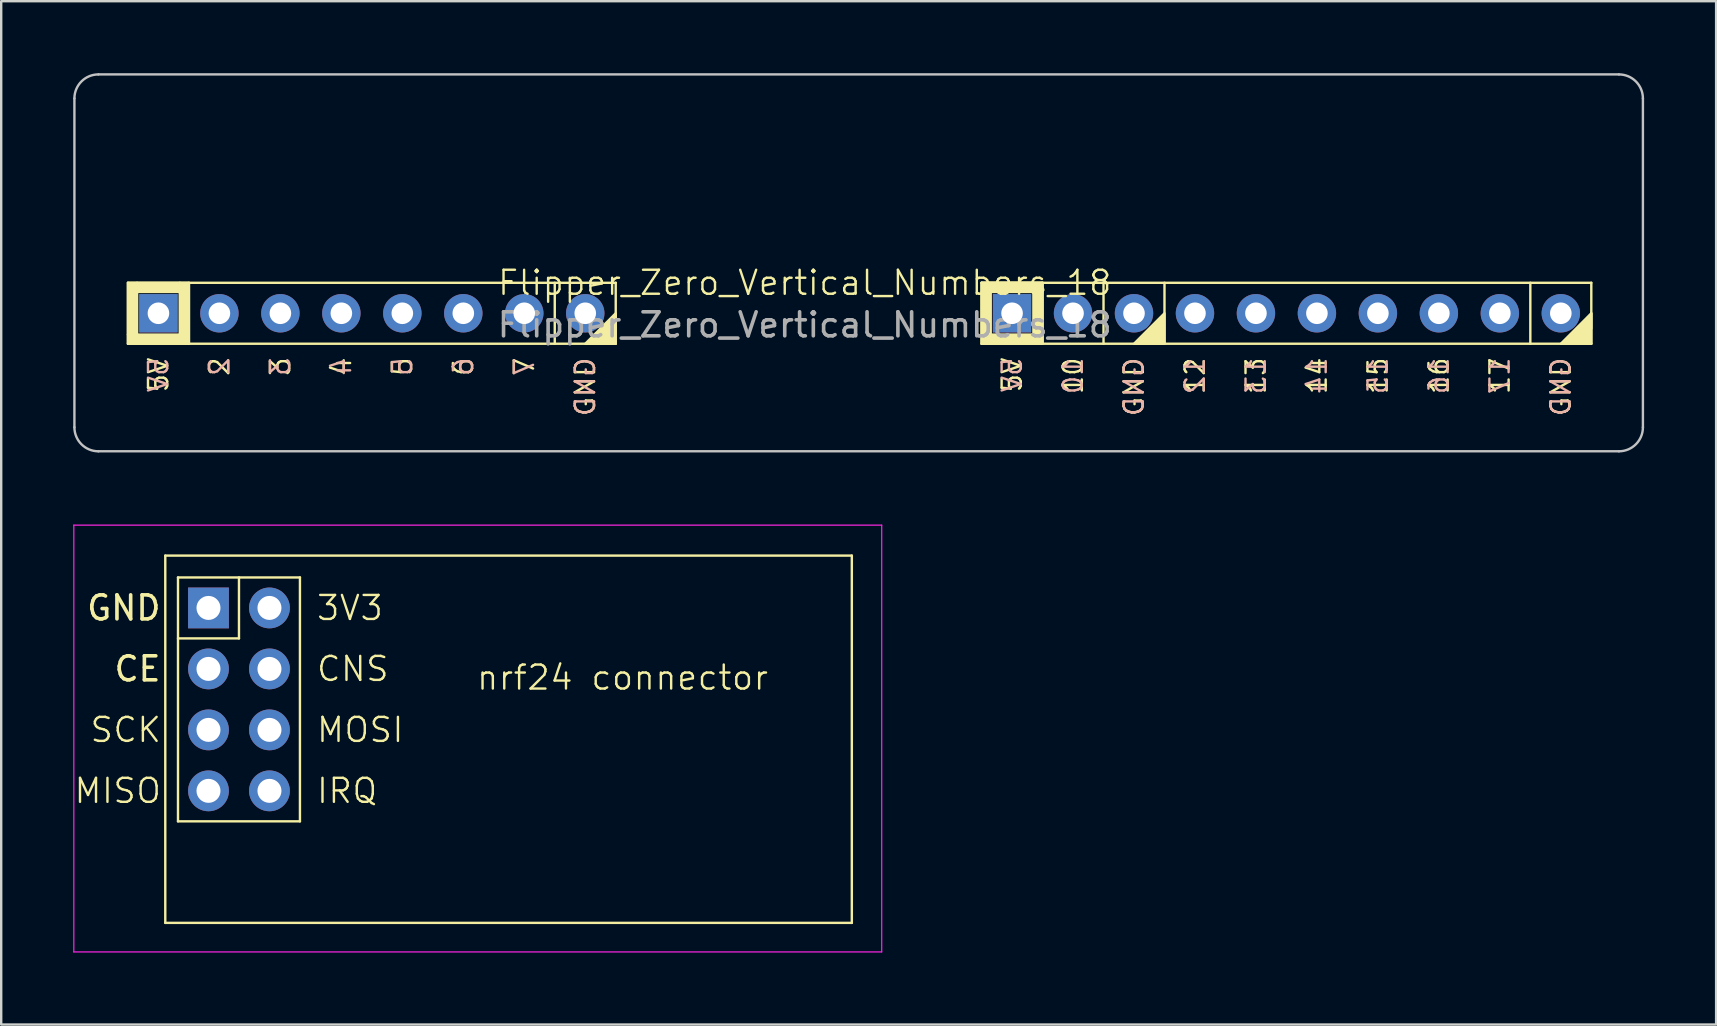
<source format=kicad_pcb>
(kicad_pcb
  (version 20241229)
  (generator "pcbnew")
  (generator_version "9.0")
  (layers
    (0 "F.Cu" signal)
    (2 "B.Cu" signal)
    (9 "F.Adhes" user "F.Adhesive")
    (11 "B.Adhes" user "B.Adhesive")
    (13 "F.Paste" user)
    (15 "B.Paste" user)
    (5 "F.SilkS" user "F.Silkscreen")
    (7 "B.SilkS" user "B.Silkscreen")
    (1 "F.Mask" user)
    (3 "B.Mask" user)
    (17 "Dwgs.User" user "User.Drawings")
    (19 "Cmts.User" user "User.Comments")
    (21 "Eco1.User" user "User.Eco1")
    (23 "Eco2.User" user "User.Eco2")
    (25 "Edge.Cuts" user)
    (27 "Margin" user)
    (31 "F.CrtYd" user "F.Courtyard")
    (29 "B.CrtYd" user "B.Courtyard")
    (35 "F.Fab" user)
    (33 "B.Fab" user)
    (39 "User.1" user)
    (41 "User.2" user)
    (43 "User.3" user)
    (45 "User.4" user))
  (footprint "nrf24 connector"
    (layer "F.Cu")
    (at 3.835 20.095)
    (property "Reference" "nrf24 connector" (at 19.05 5.08 0) (unlocked yes) (layer "F.SilkS") (effects (font (size 1 1) (thickness 0.1))))
    (attr through_hole)
    (fp_line (start 0 0) (end 0 15.3) (stroke (width 0.1) (type default)) (layer "F.SilkS"))
    (fp_line (start 0 0) (end 28.6 0) (stroke (width 0.1) (type default)) (layer "F.SilkS"))
    (fp_line (start 0 15.3) (end 28.6 15.3) (stroke (width 0.1) (type default)) (layer "F.SilkS"))
    (fp_line (start 0.53 0.91) (end 0.53 11.07) (stroke (width 0.1) (type default)) (layer "F.SilkS"))
    (fp_line (start 0.53 11.07) (end 5.61 11.07) (stroke (width 0.1) (type default)) (layer "F.SilkS"))
    (fp_line (start 3.07 0.91) (end 3.07 3.45) (stroke (width 0.1) (type default)) (layer "F.SilkS"))
    (fp_line (start 3.07 3.45) (end 0.53 3.45) (stroke (width 0.1) (type default)) (layer "F.SilkS"))
    (fp_line (start 5.61 0.91) (end 0.53 0.91) (stroke (width 0.1) (type default)) (layer "F.SilkS"))
    (fp_line (start 5.61 11.07) (end 5.61 0.91) (stroke (width 0.1) (type default)) (layer "F.SilkS"))
    (fp_line (start 28.6 0) (end 28.6 15.3) (stroke (width 0.1) (type default)) (layer "F.SilkS"))
    (fp_line (start -3.81 -1.27) (end -3.81 16.51) (stroke (width 0.05) (type default)) (layer "F.CrtYd"))
    (fp_line (start -3.81 16.51) (end 29.845 16.51) (stroke (width 0.05) (type default)) (layer "F.CrtYd"))
    (fp_line (start 29.845 -1.27) (end -3.81 -1.27) (stroke (width 0.05) (type default)) (layer "F.CrtYd"))
    (fp_line (start 29.845 16.51) (end 29.845 -1.27) (stroke (width 0.05) (type default)) (layer "F.CrtYd"))
    (fp_text user "CE" (at -0.105 4.72 0) (unlocked yes) (layer "F.SilkS") (effects (font (size 1 1) (thickness 0.15)) (justify right)))
    (fp_text user "IRQ" (at 6.245 9.8 0) (unlocked yes) (layer "F.SilkS") (effects (font (size 1 1) (thickness 0.1)) (justify left)))
    (fp_text user "MOSI" (at 6.245 7.26 0) (unlocked yes) (layer "F.SilkS") (effects (font (size 1 1) (thickness 0.1)) (justify left)))
    (fp_text user "SCK" (at -0.105 7.26 0) (unlocked yes) (layer "F.SilkS") (effects (font (size 1 1) (thickness 0.1)) (justify right)))
    (fp_text user "MISO" (at -0.105 9.8 0) (unlocked yes) (layer "F.SilkS") (effects (font (size 1 1) (thickness 0.1)) (justify right)))
    (fp_text user "GND" (at -0.105 2.18 0) (unlocked yes) (layer "F.SilkS") (effects (font (size 1 1) (thickness 0.15)) (justify right)))
    (fp_text user "CNS" (at 6.245 4.72 0) (unlocked yes) (layer "F.SilkS") (effects (font (size 1 1) (thickness 0.1)) (justify left)))
    (fp_text user "3V3" (at 6.245 2.18 0) (unlocked yes) (layer "F.SilkS") (effects (font (size 1 1) (thickness 0.1)) (justify left)))
    (pad "1" thru_hole rect (at 1.8 2.18) (size 1.7 1.7) (drill 1) (layers "*.Cu" "*.Mask"))
    (pad "2" thru_hole circle (at 4.34 2.18) (size 1.7 1.7) (drill 1) (layers "*.Cu" "*.Mask"))
    (pad "3" thru_hole circle (at 1.8 4.72) (size 1.7 1.7) (drill 1) (layers "*.Cu" "*.Mask"))
    (pad "4" thru_hole circle (at 4.34 4.72) (size 1.7 1.7) (drill 1) (layers "*.Cu" "*.Mask"))
    (pad "5" thru_hole circle (at 1.8 7.26) (size 1.7 1.7) (drill 1) (layers "*.Cu" "*.Mask"))
    (pad "6" thru_hole circle (at 4.34 7.26) (size 1.7 1.7) (drill 1) (layers "*.Cu" "*.Mask"))
    (pad "7" thru_hole circle (at 1.8 9.8) (size 1.7 1.7) (drill 1) (layers "*.Cu" "*.Mask"))
    (pad "8" thru_hole circle (at 4.34 9.8) (size 1.7 1.7) (drill 1) (layers "*.Cu" "*.Mask")))
  (footprint "Flipper_Zero_Vertical_Numbers_18"
    (layer "F.Cu")
    (at 3.55 10)
    (property "Reference" "Flipper_Zero_Vertical_Numbers_18" (at 26.924 -1.27 0) (unlocked yes) (layer "F.SilkS") (effects (font (size 1 1) (thickness 0.1))))
    (attr through_hole)
    (fp_line (start -1.27 -1.27) (end -1.27 1.27) (stroke (width 0.1) (type default)) (layer "F.SilkS"))
    (fp_line (start -1.27 1.27) (end 19.05 1.27) (stroke (width 0.1) (type default)) (layer "F.SilkS"))
    (fp_line (start 1.27 -1.27) (end 1.27 1.27) (stroke (width 0.1) (type default)) (layer "F.SilkS"))
    (fp_line (start 16.51 -1.27) (end 16.51 1.27) (stroke (width 0.1) (type default)) (layer "F.SilkS"))
    (fp_line (start 19.05 -1.27) (end -1.27 -1.27) (stroke (width 0.1) (type default)) (layer "F.SilkS"))
    (fp_line (start 19.05 1.27) (end 19.05 -1.27) (stroke (width 0.1) (type default)) (layer "F.SilkS"))
    (fp_line (start 34.29 -1.27) (end 36.83 -1.27) (stroke (width 0.1) (type default)) (layer "F.SilkS"))
    (fp_line (start 34.29 -1.27) (end 59.69 -1.27) (stroke (width 0.1) (type default)) (layer "F.SilkS"))
    (fp_line (start 34.29 1.27) (end 34.29 -1.27) (stroke (width 0.1) (type default)) (layer "F.SilkS"))
    (fp_line (start 36.83 -1.27) (end 36.83 1.27) (stroke (width 0.1) (type default)) (layer "F.SilkS"))
    (fp_line (start 39.37 -1.27) (end 39.37 1.27) (stroke (width 0.1) (type default)) (layer "F.SilkS"))
    (fp_line (start 41.91 -1.27) (end 41.91 1.27) (stroke (width 0.1) (type default)) (layer "F.SilkS"))
    (fp_line (start 57.15 -1.27) (end 57.15 1.27) (stroke (width 0.1) (type default)) (layer "F.SilkS"))
    (fp_line (start 59.69 -1.27) (end 59.69 1.27) (stroke (width 0.1) (type default)) (layer "F.SilkS"))
    (fp_line (start 59.69 0) (end 59.69 0.635) (stroke (width 0.1) (type default)) (layer "F.SilkS"))
    (fp_line (start 59.69 1.27) (end 34.29 1.27) (stroke (width 0.1) (type default)) (layer "F.SilkS"))
    (fp_rect (start -1.27 -1.27) (end -0.889 0.889) (stroke (width 0.1) (type solid)) (fill yes) (layer "F.SilkS"))
    (fp_rect (start -1.27 0.889) (end 0.889 1.27) (stroke (width 0.1) (type solid)) (fill yes) (layer "F.SilkS"))
    (fp_rect (start -0.889 -1.27) (end 0.889 -0.889) (stroke (width 0.1) (type solid)) (fill yes) (layer "F.SilkS"))
    (fp_rect (start 0.889 -1.27) (end 1.27 1.27) (stroke (width 0.1) (type solid)) (fill yes) (layer "F.SilkS"))
    (fp_rect (start 34.29 -1.27) (end 36.449 -0.889) (stroke (width 0.1) (type solid)) (fill yes) (layer "F.SilkS"))
    (fp_rect (start 34.29 -0.889) (end 34.671 1.27) (stroke (width 0.1) (type solid)) (fill yes) (layer "F.SilkS"))
    (fp_rect (start 34.671 0.889) (end 36.449 1.27) (stroke (width 0.1) (type solid)) (fill yes) (layer "F.SilkS"))
    (fp_rect (start 36.449 -1.27) (end 36.83 1.27) (stroke (width 0.1) (type solid)) (fill yes) (layer "F.SilkS"))
    (fp_poly (pts (xy 19.05 0) (xy 17.78 1.27) (xy 19.05 1.27)) (stroke (width 0.1) (type solid)) (fill yes) (layer "F.SilkS"))
    (fp_poly (pts (xy 41.91 0) (xy 40.64 1.27) (xy 41.91 1.27)) (stroke (width 0.1) (type solid)) (fill yes) (layer "F.SilkS"))
    (fp_poly (pts (xy 59.69 0) (xy 58.42 1.27) (xy 59.69 1.27)) (stroke (width 0.1) (type solid)) (fill yes) (layer "F.SilkS"))
    (fp_line (start -3.5 4.75) (end -3.5 -8.95) (stroke (width 0.1) (type default)) (layer "Dwgs.User"))
    (fp_line (start -2.5 -9.95) (end 60.84 -9.95) (stroke (width 0.1) (type default)) (layer "Dwgs.User"))
    (fp_line (start -2.5 5.75) (end 60.84 5.75) (stroke (width 0.1) (type default)) (layer "Dwgs.User"))
    (fp_line (start 61.84 4.75) (end 61.84 -8.95) (stroke (width 0.1) (type default)) (layer "Dwgs.User"))
    (fp_arc (start -3.5 -8.95) (mid -3.207107 -9.657106) (end -2.5 -9.95) (stroke (width 0.1) (type default)) (layer "Dwgs.User"))
    (fp_arc (start -2.5 5.75) (mid -3.207106 5.457107) (end -3.5 4.75) (stroke (width 0.1) (type default)) (layer "Dwgs.User"))
    (fp_arc (start 60.84 -9.95) (mid 61.547106 -9.657107) (end 61.84 -8.95) (stroke (width 0.1) (type default)) (layer "Dwgs.User"))
    (fp_arc (start 61.84 4.75) (mid 61.547107 5.457106) (end 60.84 5.75) (stroke (width 0.1) (type default)) (layer "Dwgs.User"))
    (fp_text user "2" (at 2.54 1.778 90) (unlocked yes) (layer "F.SilkS") (effects (font (size 0.8 0.8) (thickness 0.1)) (justify right)))
    (fp_text user "GND" (at 17.78 1.778 90) (unlocked yes) (layer "F.SilkS") (effects (font (size 0.8 0.8) (thickness 0.1)) (justify right)))
    (fp_text user "5V" (at 35.56 1.778 90) (unlocked yes) (layer "F.SilkS") (effects (font (size 0.8 0.8) (thickness 0.1)) (justify right)))
    (fp_text user "GND" (at 58.42 1.778 90) (unlocked yes) (layer "F.SilkS") (effects (font (size 0.8 0.8) (thickness 0.1)) (justify right)))
    (fp_text user "7" (at 15.24 1.778 90) (unlocked yes) (layer "F.SilkS") (effects (font (size 0.8 0.8) (thickness 0.1)) (justify right)))
    (fp_text user "15" (at 50.8 1.778 90) (unlocked yes) (layer "F.SilkS") (effects (font (size 0.8 0.8) (thickness 0.1)) (justify right)))
    (fp_text user "14" (at 48.26 1.778 90) (unlocked yes) (layer "F.SilkS") (effects (font (size 0.8 0.8) (thickness 0.1)) (justify right)))
    (fp_text user "4" (at 7.62 1.778 90) (unlocked yes) (layer "F.SilkS") (effects (font (size 0.8 0.8) (thickness 0.1)) (justify right)))
    (fp_text user "5V" (at 0 1.778 90) (unlocked yes) (layer "F.SilkS") (effects (font (size 0.8 0.8) (thickness 0.1)) (justify right)))
    (fp_text user "6" (at 12.7 1.778 90) (unlocked yes) (layer "F.SilkS") (effects (font (size 0.8 0.8) (thickness 0.1)) (justify right)))
    (fp_text user "3" (at 5.08 1.778 90) (unlocked yes) (layer "F.SilkS") (effects (font (size 0.8 0.8) (thickness 0.1)) (justify right)))
    (fp_text user "13" (at 45.72 1.778 90) (unlocked yes) (layer "F.SilkS") (effects (font (size 0.8 0.8) (thickness 0.1)) (justify right)))
    (fp_text user "GND" (at 40.64 1.778 90) (unlocked yes) (layer "F.SilkS") (effects (font (size 0.8 0.8) (thickness 0.1)) (justify right)))
    (fp_text user "5" (at 10.16 1.778 90) (unlocked yes) (layer "F.SilkS") (effects (font (size 0.8 0.8) (thickness 0.1)) (justify right)))
    (fp_text user "12" (at 43.18 1.778 90) (unlocked yes) (layer "F.SilkS") (effects (font (size 0.8 0.8) (thickness 0.1)) (justify right)))
    (fp_text user "10" (at 38.1 1.778 90) (unlocked yes) (layer "F.SilkS") (effects (font (size 0.8 0.8) (thickness 0.1)) (justify right)))
    (fp_text user "16" (at 53.34 1.778 90) (unlocked yes) (layer "F.SilkS") (effects (font (size 0.8 0.8) (thickness 0.1)) (justify right)))
    (fp_text user "17" (at 55.88 1.778 90) (unlocked yes) (layer "F.SilkS") (effects (font (size 0.8 0.8) (thickness 0.1)) (justify right)))
    (fp_text user "15" (at 50.8 1.778 90) (unlocked yes) (layer "B.SilkS") (effects (font (size 0.8 0.8) (thickness 0.1)) (justify left mirror)))
    (fp_text user "GND" (at 40.64 1.778 90) (unlocked yes) (layer "B.SilkS") (effects (font (size 0.8 0.8) (thickness 0.1)) (justify left mirror)))
    (fp_text user "2" (at 2.54 1.778 90) (unlocked yes) (layer "B.SilkS") (effects (font (size 0.8 0.8) (thickness 0.1)) (justify left mirror)))
    (fp_text user "4" (at 7.62 1.778 90) (unlocked yes) (layer "B.SilkS") (effects (font (size 0.8 0.8) (thickness 0.1)) (justify left mirror)))
    (fp_text user "5V" (at 35.56 1.778 90) (unlocked yes) (layer "B.SilkS") (effects (font (size 0.8 0.8) (thickness 0.1)) (justify left mirror)))
    (fp_text user "GND" (at 17.78 1.778 90) (unlocked yes) (layer "B.SilkS") (effects (font (size 0.8 0.8) (thickness 0.1)) (justify left mirror)))
    (fp_text user "6" (at 12.7 1.778 90) (unlocked yes) (layer "B.SilkS") (effects (font (size 0.8 0.8) (thickness 0.1)) (justify left mirror)))
    (fp_text user "GND" (at 58.42 1.778 90) (unlocked yes) (layer "B.SilkS") (effects (font (size 0.8 0.8) (thickness 0.1)) (justify left mirror)))
    (fp_text user "5V" (at 0 1.778 90) (unlocked yes) (layer "B.SilkS") (effects (font (size 0.8 0.8) (thickness 0.1)) (justify left mirror)))
    (fp_text user "7" (at 15.24 1.778 90) (unlocked yes) (layer "B.SilkS") (effects (font (size 0.8 0.8) (thickness 0.1)) (justify left mirror)))
    (fp_text user "14" (at 48.26 1.778 90) (unlocked yes) (layer "B.SilkS") (effects (font (size 0.8 0.8) (thickness 0.1)) (justify left mirror)))
    (fp_text user "12" (at 43.18 1.778 90) (unlocked yes) (layer "B.SilkS") (effects (font (size 0.8 0.8) (thickness 0.1)) (justify left mirror)))
    (fp_text user "10" (at 38.1 1.778 90) (unlocked yes) (layer "B.SilkS") (effects (font (size 0.8 0.8) (thickness 0.1)) (justify left mirror)))
    (fp_text user "5" (at 10.16 1.778 90) (unlocked yes) (layer "B.SilkS") (effects (font (size 0.8 0.8) (thickness 0.1)) (justify left mirror)))
    (fp_text user "3" (at 5.08 1.778 90) (unlocked yes) (layer "B.SilkS") (effects (font (size 0.8 0.8) (thickness 0.1)) (justify left mirror)))
    (fp_text user "16" (at 53.34 1.778 90) (unlocked yes) (layer "B.SilkS") (effects (font (size 0.8 0.8) (thickness 0.1)) (justify left mirror)))
    (fp_text user "13" (at 45.72 1.778 90) (unlocked yes) (layer "B.SilkS") (effects (font (size 0.8 0.8) (thickness 0.1)) (justify left mirror)))
    (fp_text user "17" (at 55.88 1.778 90) (unlocked yes) (layer "B.SilkS") (effects (font (size 0.8 0.8) (thickness 0.1)) (justify left mirror)))
    (fp_text user "${REFERENCE}" (at 26.924 0.484 0) (unlocked yes) (layer "F.Fab") (effects (font (size 1 1) (thickness 0.15))))
    (pad "1" thru_hole rect (at 0 0) (size 1.6 1.6) (drill 0.9) (layers "*.Cu" "*.Mask"))
    (pad "2" thru_hole circle (at 2.54 0) (size 1.6 1.6) (drill 0.9) (layers "*.Cu" "*.Mask"))
    (pad "3" thru_hole circle (at 5.08 0) (size 1.6 1.6) (drill 0.9) (layers "*.Cu" "*.Mask"))
    (pad "4" thru_hole circle (at 7.62 0) (size 1.6 1.6) (drill 0.9) (layers "*.Cu" "*.Mask"))
    (pad "5" thru_hole circle (at 10.16 0) (size 1.6 1.6) (drill 0.9) (layers "*.Cu" "*.Mask"))
    (pad "6" thru_hole circle (at 12.7 0) (size 1.6 1.6) (drill 0.9) (layers "*.Cu" "*.Mask"))
    (pad "7" thru_hole circle (at 15.24 0) (size 1.6 1.6) (drill 0.9) (layers "*.Cu" "*.Mask"))
    (pad "8" thru_hole circle (at 17.78 0) (size 1.6 1.6) (drill 0.9) (layers "*.Cu" "*.Mask"))
    (pad "9" thru_hole rect (at 35.56 0) (size 1.6 1.6) (drill 0.9) (layers "*.Cu" "*.Mask"))
    (pad "10" thru_hole circle (at 38.1 0) (size 1.6 1.6) (drill 0.9) (layers "*.Cu" "*.Mask"))
    (pad "11" thru_hole circle (at 40.64 0) (size 1.6 1.6) (drill 0.9) (layers "*.Cu" "*.Mask"))
    (pad "12" thru_hole circle (at 43.18 0) (size 1.6 1.6) (drill 0.9) (layers "*.Cu" "*.Mask"))
    (pad "13" thru_hole circle (at 45.72 0) (size 1.6 1.6) (drill 0.9) (layers "*.Cu" "*.Mask"))
    (pad "14" thru_hole circle (at 48.26 0) (size 1.6 1.6) (drill 0.9) (layers "*.Cu" "*.Mask"))
    (pad "15" thru_hole circle (at 50.8 0) (size 1.6 1.6) (drill 0.9) (layers "*.Cu" "*.Mask"))
    (pad "16" thru_hole circle (at 53.34 0) (size 1.6 1.6) (drill 0.9) (layers "*.Cu" "*.Mask"))
    (pad "17" thru_hole circle (at 55.88 0) (size 1.6 1.6) (drill 0.9) (layers "*.Cu" "*.Mask"))
    (pad "18" thru_hole circle (at 58.42 0) (size 1.6 1.6) (drill 0.9) (layers "*.Cu" "*.Mask")))
  (gr_rect
    (start -3 -3)
    (end 68.44 39.63)
    (stroke (width 0.1) (type default))
    (fill no)
    (layer "Edge.Cuts")))
</source>
